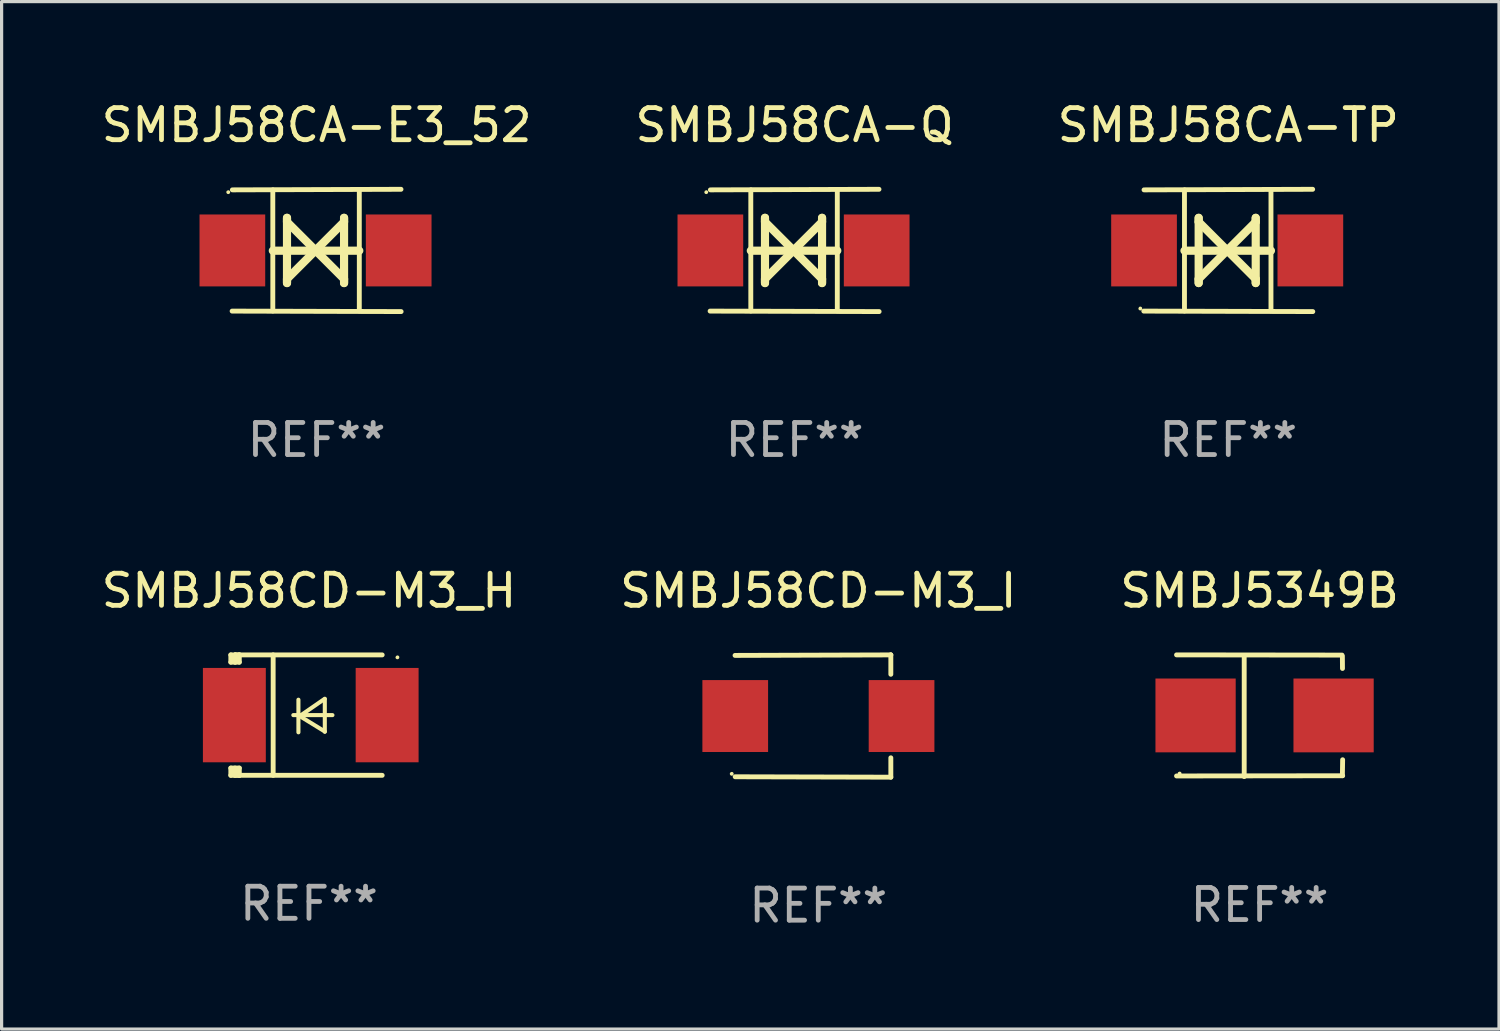
<source format=kicad_pcb>
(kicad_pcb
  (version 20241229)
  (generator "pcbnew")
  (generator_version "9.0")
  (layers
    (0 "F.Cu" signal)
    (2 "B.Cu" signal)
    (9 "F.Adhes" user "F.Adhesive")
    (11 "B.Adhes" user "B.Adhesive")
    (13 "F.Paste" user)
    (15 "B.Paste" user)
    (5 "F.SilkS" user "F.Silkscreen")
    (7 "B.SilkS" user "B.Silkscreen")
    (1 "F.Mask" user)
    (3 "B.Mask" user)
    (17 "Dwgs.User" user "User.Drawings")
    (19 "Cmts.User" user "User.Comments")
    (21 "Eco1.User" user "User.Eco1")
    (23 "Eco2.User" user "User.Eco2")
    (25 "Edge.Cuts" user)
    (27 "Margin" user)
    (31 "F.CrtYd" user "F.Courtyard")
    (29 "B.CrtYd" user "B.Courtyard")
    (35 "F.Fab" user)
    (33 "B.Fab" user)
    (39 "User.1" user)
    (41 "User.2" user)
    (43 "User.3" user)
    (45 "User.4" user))
  (footprint "SMBJ5349B"
    (layer "F.Cu")
    (at 36.196 19.25)
    (property "Reference" "SMBJ5349B" (at 0 -3.896 0) (layer "F.SilkS") (effects (font (size 1 1) (thickness 0.15))))
    (attr through_hole)
    (fp_line (start -2.588 -1.896) (end 2.568 -1.889) (stroke (width 0.152) (type solid)) (layer "F.SilkS"))
    (fp_line (start -2.588 1.877) (end 2.588 1.87) (stroke (width 0.152) (type solid)) (layer "F.SilkS"))
    (fp_line (start -0.48 1.896) (end -0.48 -1.871) (stroke (width 0.152) (type solid)) (layer "F.SilkS"))
    (fp_line (start 2.579 -1.849) (end 2.582 -1.472) (stroke (width 0.152) (type solid)) (layer "F.SilkS"))
    (fp_line (start 2.579 1.867) (end 2.587 1.372) (stroke (width 0.152) (type solid)) (layer "F.SilkS"))
    (fp_circle (center -2.492 1.801) (end -2.462 1.801) (stroke (width 0.06) (type solid)) (fill no) (layer "F.SilkS"))
    (fp_text user "REF**" (at 0 5.896 0) (layer "F.Fab") (effects (font (size 1 1) (thickness 0.15))))
    (pad "1" smd rect (at -1.995 -0.009) (size 2.5 2.3) (layers "F.Cu" "F.Mask" "F.Paste"))
    (pad "2" smd rect (at 2.305 -0.009) (size 2.5 2.3) (layers "F.Cu" "F.Mask" "F.Paste")))
  (footprint "SMBJ58CA-Q"
    (layer "F.Cu")
    (at 21.708 4.753)
    (property "Reference" "SMBJ58CA-Q" (at 0 -3.905 0) (layer "F.SilkS") (effects (font (size 1 1) (thickness 0.15))))
    (attr through_hole)
    (fp_line (start -1.365 1.886) (end -1.365 -1.886) (stroke (width 0.152) (type solid)) (layer "F.SilkS"))
    (fp_line (start -1.365 0.008) (end 1.33 0.008) (stroke (width 0.254) (type solid)) (layer "F.SilkS"))
    (fp_line (start -0.923 -1.016) (end -0.923 1.016) (stroke (width 0.254) (type solid)) (layer "F.SilkS"))
    (fp_line (start -0.923 -0.889) (end -0.923 -1.016) (stroke (width 0.254) (type solid)) (layer "F.SilkS"))
    (fp_line (start -0.923 0.889) (end -0.034 0) (stroke (width 0.254) (type solid)) (layer "F.SilkS"))
    (fp_line (start -0.923 1.016) (end -0.923 0.889) (stroke (width 0.254) (type solid)) (layer "F.SilkS"))
    (fp_line (start -0.034 0) (end -0.923 -0.889) (stroke (width 0.254) (type solid)) (layer "F.SilkS"))
    (fp_line (start -0.034 0) (end 0.855 0.889) (stroke (width 0.254) (type solid)) (layer "F.SilkS"))
    (fp_line (start 0.855 -1.016) (end 0.855 -0.889) (stroke (width 0.254) (type solid)) (layer "F.SilkS"))
    (fp_line (start 0.855 -0.889) (end -0.034 0) (stroke (width 0.254) (type solid)) (layer "F.SilkS"))
    (fp_line (start 0.855 0.889) (end 0.855 1.016) (stroke (width 0.254) (type solid)) (layer "F.SilkS"))
    (fp_line (start 0.855 1.016) (end 0.855 -1.016) (stroke (width 0.254) (type solid)) (layer "F.SilkS"))
    (fp_line (start 1.33 1.886) (end 1.33 -1.886) (stroke (width 0.152) (type solid)) (layer "F.SilkS"))
    (fp_line (start 2.629 -1.905) (end -2.625 -1.887) (stroke (width 0.152) (type solid)) (layer "F.SilkS"))
    (fp_line (start 2.633 1.905) (end -2.633 1.89) (stroke (width 0.152) (type solid)) (layer "F.SilkS"))
    (fp_circle (center -2.753 -1.816) (end -2.723 -1.816) (stroke (width 0.06) (type solid)) (fill no) (layer "F.SilkS"))
    (fp_text user "REF**" (at 0 5.905 0) (layer "F.Fab") (effects (font (size 1 1) (thickness 0.15))))
    (pad "1" smd rect (at -2.625 0) (size 2.047 2.241) (layers "F.Cu" "F.Mask" "F.Paste"))
    (pad "2" smd rect (at 2.557 0) (size 2.047 2.241) (layers "F.Cu" "F.Mask" "F.Paste")))
  (footprint "SMBJ58CD-M3_I"
    (layer "F.Cu")
    (at 22.446 19.26)
    (property "Reference" "SMBJ58CD-M3_I" (at 0 -3.905 0) (layer "F.SilkS") (effects (font (size 1 1) (thickness 0.15))))
    (attr through_hole)
    (fp_line (start 2.256 -1.905) (end -2.594 -1.889) (stroke (width 0.152) (type solid)) (layer "F.SilkS"))
    (fp_line (start 2.256 -1.905) (end 2.26 -1.905) (stroke (width 0.152) (type solid)) (layer "F.SilkS"))
    (fp_line (start 2.26 -1.905) (end 2.26 -1.301) (stroke (width 0.152) (type solid)) (layer "F.SilkS"))
    (fp_line (start 2.26 1.301) (end 2.26 1.905) (stroke (width 0.152) (type solid)) (layer "F.SilkS"))
    (fp_line (start 2.26 1.905) (end -2.59 1.892) (stroke (width 0.152) (type solid)) (layer "F.SilkS"))
    (fp_circle (center -2.697 1.8) (end -2.667 1.8) (stroke (width 0.06) (type solid)) (fill no) (layer "F.SilkS"))
    (fp_text user "REF**" (at 0 5.905 0) (layer "F.Fab") (effects (font (size 1 1) (thickness 0.15))))
    (pad "1" smd rect (at -2.588 0) (size 2.047 2.241) (layers "F.Cu" "F.Mask" "F.Paste"))
    (pad "2" smd rect (at 2.594 0) (size 2.047 2.241) (layers "F.Cu" "F.Mask" "F.Paste")))
  (footprint "SMBJ58CD-M3_H"
    (layer "F.Cu")
    (at 6.577 19.231)
    (property "Reference" "SMBJ58CD-M3_H" (at 0 -3.876 0) (layer "F.SilkS") (effects (font (size 1 1) (thickness 0.15))))
    (attr through_hole)
    (fp_line (start -2.435 1.65) (end -2.171 1.65) (stroke (width 0.152) (type solid)) (layer "F.SilkS"))
    (fp_line (start -2.435 1.876) (end -2.435 1.65) (stroke (width 0.152) (type solid)) (layer "F.SilkS"))
    (fp_line (start -2.435 -1.876) (end -2.171 -1.876) (stroke (width 0.152) (type solid)) (layer "F.SilkS"))
    (fp_line (start -2.435 -1.65) (end -2.435 -1.876) (stroke (width 0.152) (type solid)) (layer "F.SilkS"))
    (fp_line (start -2.305 -1.866) (end -2.295 -1.876) (stroke (width 0.152) (type solid)) (layer "F.SilkS"))
    (fp_line (start -2.305 -1.65) (end -2.305 -1.866) (stroke (width 0.152) (type solid)) (layer "F.SilkS"))
    (fp_line (start -2.305 1.876) (end -2.305 1.65) (stroke (width 0.152) (type solid)) (layer "F.SilkS"))
    (fp_line (start -2.295 -1.876) (end -2.295 -1.65) (stroke (width 0.152) (type solid)) (layer "F.SilkS"))
    (fp_line (start -2.171 1.876) (end -2.435 1.876) (stroke (width 0.152) (type solid)) (layer "F.SilkS"))
    (fp_line (start -2.171 -1.65) (end -2.435 -1.65) (stroke (width 0.152) (type solid)) (layer "F.SilkS"))
    (fp_line (start -2.171 -1.876) (end -2.295 -1.876) (stroke (width 0.152) (type solid)) (layer "F.SilkS"))
    (fp_line (start -2.171 -1.65) (end -2.171 -1.876) (stroke (width 0.152) (type solid)) (layer "F.SilkS"))
    (fp_line (start -2.171 1.876) (end -2.305 1.876) (stroke (width 0.152) (type solid)) (layer "F.SilkS"))
    (fp_line (start -2.171 1.876) (end -2.171 1.65) (stroke (width 0.152) (type solid)) (layer "F.SilkS"))
    (fp_line (start -1.116 1.876) (end -1.116 -1.876) (stroke (width 0.152) (type solid)) (layer "F.SilkS"))
    (fp_line (start -0.488 0.000102) (end 0.731 0.000102) (stroke (width 0.127) (type solid)) (layer "F.SilkS"))
    (fp_line (start -0.329 -0.48) (end -0.329 0.536) (stroke (width 0.127) (type solid)) (layer "F.SilkS"))
    (fp_line (start -0.29 0.03) (end 0.493 0.51) (stroke (width 0.127) (type solid)) (layer "F.SilkS"))
    (fp_line (start 0.493 -0.51) (end -0.29 0.03) (stroke (width 0.127) (type solid)) (layer "F.SilkS"))
    (fp_line (start 0.493 0.52) (end 0.493 -0.496) (stroke (width 0.127) (type solid)) (layer "F.SilkS"))
    (fp_line (start 2.281 -1.876) (end -2.171 -1.876) (stroke (width 0.152) (type solid)) (layer "F.SilkS"))
    (fp_line (start 2.281 1.876) (end -2.171 1.876) (stroke (width 0.152) (type solid)) (layer "F.SilkS"))
    (fp_circle (center 2.755 -1.8) (end 2.785 -1.8) (stroke (width 0.06) (type solid)) (fill no) (layer "F.SilkS"))
    (fp_text user "REF**" (at 0 5.876 0) (layer "F.Fab") (effects (font (size 1 1) (thickness 0.15))))
    (pad "1" smd rect (at 2.435 -0.000025 180) (size 1.96 2.94) (layers "F.Cu" "F.Mask" "F.Paste"))
    (pad "2" smd rect (at -2.325 -0.000025 180) (size 1.96 2.94) (layers "F.Cu" "F.Mask" "F.Paste")))
  (footprint "SMBJ58CA-TP"
    (layer "F.Cu")
    (at 35.22 4.753)
    (property "Reference" "SMBJ58CA-TP" (at 0 -3.905 0) (layer "F.SilkS") (effects (font (size 1 1) (thickness 0.15))))
    (attr through_hole)
    (fp_line (start -1.365 1.886) (end -1.365 -1.886) (stroke (width 0.152) (type solid)) (layer "F.SilkS"))
    (fp_line (start -1.365 0.008) (end 1.33 0.008) (stroke (width 0.254) (type solid)) (layer "F.SilkS"))
    (fp_line (start -0.923 -1.016) (end -0.923 1.016) (stroke (width 0.254) (type solid)) (layer "F.SilkS"))
    (fp_line (start -0.923 -0.889) (end -0.923 -1.016) (stroke (width 0.254) (type solid)) (layer "F.SilkS"))
    (fp_line (start -0.923 0.889) (end -0.034 0) (stroke (width 0.254) (type solid)) (layer "F.SilkS"))
    (fp_line (start -0.923 1.016) (end -0.923 0.889) (stroke (width 0.254) (type solid)) (layer "F.SilkS"))
    (fp_line (start -0.034 0) (end -0.923 -0.889) (stroke (width 0.254) (type solid)) (layer "F.SilkS"))
    (fp_line (start -0.034 0) (end 0.855 0.889) (stroke (width 0.254) (type solid)) (layer "F.SilkS"))
    (fp_line (start 0.855 -1.016) (end 0.855 -0.889) (stroke (width 0.254) (type solid)) (layer "F.SilkS"))
    (fp_line (start 0.855 -0.889) (end -0.034 0) (stroke (width 0.254) (type solid)) (layer "F.SilkS"))
    (fp_line (start 0.855 0.889) (end 0.855 1.016) (stroke (width 0.254) (type solid)) (layer "F.SilkS"))
    (fp_line (start 0.855 1.016) (end 0.855 -1.016) (stroke (width 0.254) (type solid)) (layer "F.SilkS"))
    (fp_line (start 1.33 1.886) (end 1.33 -1.886) (stroke (width 0.152) (type solid)) (layer "F.SilkS"))
    (fp_line (start 2.629 -1.905) (end -2.625 -1.887) (stroke (width 0.152) (type solid)) (layer "F.SilkS"))
    (fp_line (start 2.633 1.905) (end -2.633 1.89) (stroke (width 0.152) (type solid)) (layer "F.SilkS"))
    (fp_circle (center -2.741 1.81) (end -2.711 1.81) (stroke (width 0.06) (type solid)) (fill no) (layer "F.SilkS"))
    (fp_text user "REF**" (at 0 5.905 0) (layer "F.Fab") (effects (font (size 1 1) (thickness 0.15))))
    (pad "1" smd rect (at -2.625 0) (size 2.047 2.241) (layers "F.Cu" "F.Mask" "F.Paste"))
    (pad "2" smd rect (at 2.557 0) (size 2.047 2.241) (layers "F.Cu" "F.Mask" "F.Paste")))
  (footprint "SMBJ58CA-E3_52"
    (layer "F.Cu")
    (at 6.815 4.753)
    (property "Reference" "SMBJ58CA-E3_52" (at 0 -3.905 0) (layer "F.SilkS") (effects (font (size 1 1) (thickness 0.15))))
    (attr through_hole)
    (fp_line (start -1.365 1.886) (end -1.365 -1.886) (stroke (width 0.152) (type solid)) (layer "F.SilkS"))
    (fp_line (start -1.365 0.008) (end 1.33 0.008) (stroke (width 0.254) (type solid)) (layer "F.SilkS"))
    (fp_line (start -0.923 -1.016) (end -0.923 1.016) (stroke (width 0.254) (type solid)) (layer "F.SilkS"))
    (fp_line (start -0.923 -0.889) (end -0.923 -1.016) (stroke (width 0.254) (type solid)) (layer "F.SilkS"))
    (fp_line (start -0.923 0.889) (end -0.034 0) (stroke (width 0.254) (type solid)) (layer "F.SilkS"))
    (fp_line (start -0.923 1.016) (end -0.923 0.889) (stroke (width 0.254) (type solid)) (layer "F.SilkS"))
    (fp_line (start -0.034 0) (end -0.923 -0.889) (stroke (width 0.254) (type solid)) (layer "F.SilkS"))
    (fp_line (start -0.034 0) (end 0.855 0.889) (stroke (width 0.254) (type solid)) (layer "F.SilkS"))
    (fp_line (start 0.855 -1.016) (end 0.855 -0.889) (stroke (width 0.254) (type solid)) (layer "F.SilkS"))
    (fp_line (start 0.855 -0.889) (end -0.034 0) (stroke (width 0.254) (type solid)) (layer "F.SilkS"))
    (fp_line (start 0.855 0.889) (end 0.855 1.016) (stroke (width 0.254) (type solid)) (layer "F.SilkS"))
    (fp_line (start 0.855 1.016) (end 0.855 -1.016) (stroke (width 0.254) (type solid)) (layer "F.SilkS"))
    (fp_line (start 1.33 1.886) (end 1.33 -1.886) (stroke (width 0.152) (type solid)) (layer "F.SilkS"))
    (fp_line (start 2.629 -1.905) (end -2.625 -1.887) (stroke (width 0.152) (type solid)) (layer "F.SilkS"))
    (fp_line (start 2.633 1.905) (end -2.633 1.89) (stroke (width 0.152) (type solid)) (layer "F.SilkS"))
    (fp_circle (center -2.753 -1.816) (end -2.723 -1.816) (stroke (width 0.06) (type solid)) (fill no) (layer "F.SilkS"))
    (fp_text user "REF**" (at 0 5.905 0) (layer "F.Fab") (effects (font (size 1 1) (thickness 0.15))))
    (pad "1" smd rect (at -2.625 0) (size 2.047 2.241) (layers "F.Cu" "F.Mask" "F.Paste"))
    (pad "2" smd rect (at 2.557 0) (size 2.047 2.241) (layers "F.Cu" "F.Mask" "F.Paste")))
  (gr_rect
    (start -3 -3)
    (end 43.655 29.013)
    (stroke (width 0.1) (type default))
    (fill no)
    (layer "Edge.Cuts")))
</source>
